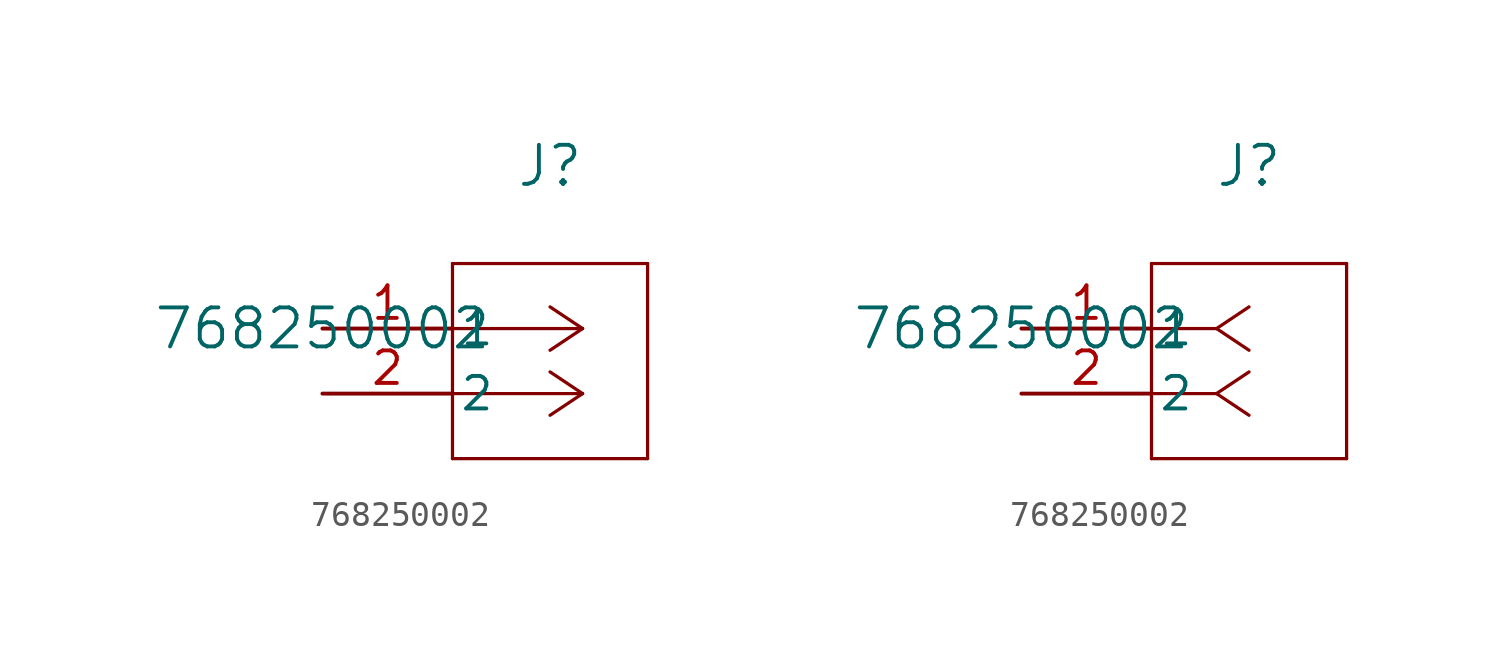
<source format=kicad_sym>
(kicad_symbol_lib
  (version 20211014)
  (generator kicad_symbol_editor)
  (symbol "768250002"
    (pin_names
      (offset 0.254))
    (property "Reference" "J"
      (at 8.89 6.35 0)
      (effects (font (size 1.524 1.524))))
    (property "Value" "768250002"
      (at 0 0 0)
      (effects (font (size 1.524 1.524))))
    (symbol "768250002_1_1"
      (polyline (pts (xy 10.16 0) (xy 5.08 0)) (stroke (width 0.127) (type default) (color 0 0 0 0)) (fill (type none)))
      (polyline (pts (xy 10.16 -2.54) (xy 5.08 -2.54)) (stroke (width 0.127) (type default) (color 0 0 0 0)) (fill (type none)))
      (polyline (pts (xy 10.16 0) (xy 8.89 0.847)) (stroke (width 0.127) (type default) (color 0 0 0 0)) (fill (type none)))
      (polyline (pts (xy 10.16 -2.54) (xy 8.89 -1.693)) (stroke (width 0.127) (type default) (color 0 0 0 0)) (fill (type none)))
      (polyline (pts (xy 10.16 0) (xy 8.89 -0.847)) (stroke (width 0.127) (type default) (color 0 0 0 0)) (fill (type none)))
      (polyline (pts (xy 10.16 -2.54) (xy 8.89 -3.387)) (stroke (width 0.127) (type default) (color 0 0 0 0)) (fill (type none)))
      (polyline (pts (xy 5.08 2.54) (xy 5.08 -5.08)) (stroke (width 0.127) (type default) (color 0 0 0 0)) (fill (type none)))
      (polyline (pts (xy 5.08 -5.08) (xy 12.7 -5.08)) (stroke (width 0.127) (type default) (color 0 0 0 0)) (fill (type none)))
      (polyline (pts (xy 12.7 -5.08) (xy 12.7 2.54)) (stroke (width 0.127) (type default) (color 0 0 0 0)) (fill (type none)))
      (polyline (pts (xy 12.7 2.54) (xy 5.08 2.54)) (stroke (width 0.127) (type default) (color 0 0 0 0)) (fill (type none)))
      (pin unspecified line (at 0 0 0) (length 5.08) (name "1" (effects (font (size 1.27 1.27)))) (number "1" (effects (font (size 1.27 1.27)))))
      (pin unspecified line (at 0 -2.54 0) (length 5.08) (name "2" (effects (font (size 1.27 1.27)))) (number "2" (effects (font (size 1.27 1.27))))))
    (symbol "768250002_1_2"
      (polyline (pts (xy 7.62 0) (xy 5.08 0)) (stroke (width 0.127) (type default) (color 0 0 0 0)) (fill (type none)))
      (polyline (pts (xy 7.62 -2.54) (xy 5.08 -2.54)) (stroke (width 0.127) (type default) (color 0 0 0 0)) (fill (type none)))
      (polyline (pts (xy 7.62 0) (xy 8.89 0.847)) (stroke (width 0.127) (type default) (color 0 0 0 0)) (fill (type none)))
      (polyline (pts (xy 7.62 -2.54) (xy 8.89 -1.693)) (stroke (width 0.127) (type default) (color 0 0 0 0)) (fill (type none)))
      (polyline (pts (xy 7.62 0) (xy 8.89 -0.847)) (stroke (width 0.127) (type default) (color 0 0 0 0)) (fill (type none)))
      (polyline (pts (xy 7.62 -2.54) (xy 8.89 -3.387)) (stroke (width 0.127) (type default) (color 0 0 0 0)) (fill (type none)))
      (polyline (pts (xy 5.08 2.54) (xy 5.08 -5.08)) (stroke (width 0.127) (type default) (color 0 0 0 0)) (fill (type none)))
      (polyline (pts (xy 5.08 -5.08) (xy 12.7 -5.08)) (stroke (width 0.127) (type default) (color 0 0 0 0)) (fill (type none)))
      (polyline (pts (xy 12.7 -5.08) (xy 12.7 2.54)) (stroke (width 0.127) (type default) (color 0 0 0 0)) (fill (type none)))
      (polyline (pts (xy 12.7 2.54) (xy 5.08 2.54)) (stroke (width 0.127) (type default) (color 0 0 0 0)) (fill (type none)))
      (pin unspecified line (at 0 0 0) (length 5.08) (name "1" (effects (font (size 1.27 1.27)))) (number "1" (effects (font (size 1.27 1.27)))))
      (pin unspecified line (at 0 -2.54 0) (length 5.08) (name "2" (effects (font (size 1.27 1.27)))) (number "2" (effects (font (size 1.27 1.27))))))))
</source>
